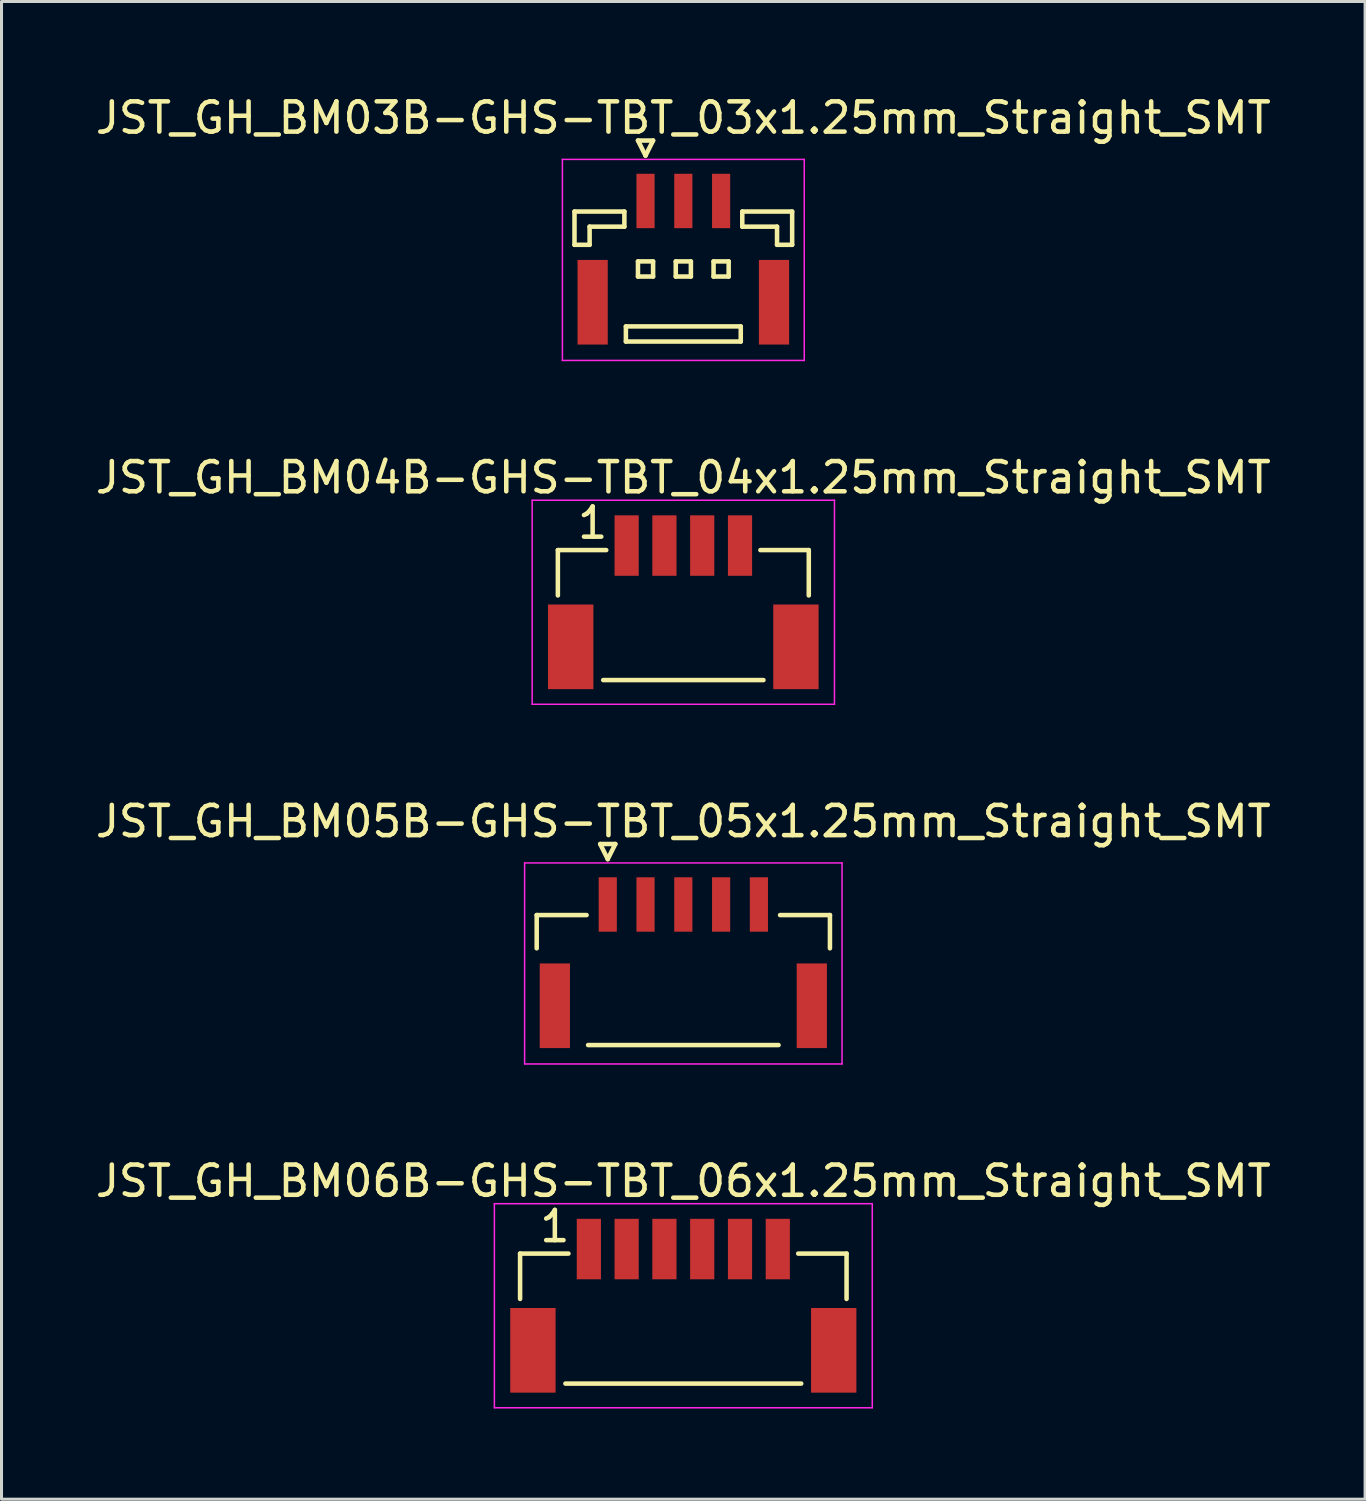
<source format=kicad_pcb>
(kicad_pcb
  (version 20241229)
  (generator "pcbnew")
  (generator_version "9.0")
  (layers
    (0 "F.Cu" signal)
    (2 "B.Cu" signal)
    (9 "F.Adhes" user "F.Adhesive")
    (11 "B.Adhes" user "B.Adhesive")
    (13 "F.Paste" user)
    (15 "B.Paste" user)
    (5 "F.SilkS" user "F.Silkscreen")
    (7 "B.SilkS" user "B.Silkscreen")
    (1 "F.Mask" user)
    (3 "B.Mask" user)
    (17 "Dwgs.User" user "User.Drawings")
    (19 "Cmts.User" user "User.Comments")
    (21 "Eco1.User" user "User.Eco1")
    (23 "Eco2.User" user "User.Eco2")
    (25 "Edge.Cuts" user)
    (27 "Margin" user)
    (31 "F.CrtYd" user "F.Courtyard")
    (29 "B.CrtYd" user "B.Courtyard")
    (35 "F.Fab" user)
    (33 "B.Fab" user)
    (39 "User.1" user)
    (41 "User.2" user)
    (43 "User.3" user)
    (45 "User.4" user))
  (footprint "JST_GH_BM05B-GHS-TBT_05x1.25mm_Straight_SMT"
    (layer "F.Cu")
    (at 19.554 28.545)
    (property "Reference" "JST_GH_BM05B-GHS-TBT_05x1.25mm_Straight_SMT" (at 0 -4.425 0) (layer "F.SilkS") (effects (font (size 1 1) (thickness 0.15))))
    (attr smd)
    (fp_line (start -4.85 -1.325) (end -3.2 -1.325) (stroke (width 0.15) (type solid)) (layer "F.SilkS"))
    (fp_line (start -4.85 -0.225) (end -4.85 -1.325) (stroke (width 0.15) (type solid)) (layer "F.SilkS"))
    (fp_line (start -3.15 2.975) (end 3.15 2.975) (stroke (width 0.15) (type solid)) (layer "F.SilkS"))
    (fp_line (start -2.75 -3.675) (end -2.25 -3.675) (stroke (width 0.15) (type solid)) (layer "F.SilkS"))
    (fp_line (start -2.5 -3.175) (end -2.75 -3.675) (stroke (width 0.15) (type solid)) (layer "F.SilkS"))
    (fp_line (start -2.25 -3.675) (end -2.5 -3.175) (stroke (width 0.15) (type solid)) (layer "F.SilkS"))
    (fp_line (start 4.85 -1.325) (end 3.2 -1.325) (stroke (width 0.15) (type solid)) (layer "F.SilkS"))
    (fp_line (start 4.85 -0.225) (end 4.85 -1.325) (stroke (width 0.15) (type solid)) (layer "F.SilkS"))
    (fp_line (start -5.25 -3.05) (end -5.25 3.6) (stroke (width 0.05) (type solid)) (layer "F.CrtYd"))
    (fp_line (start -5.25 3.6) (end 5.25 3.6) (stroke (width 0.05) (type solid)) (layer "F.CrtYd"))
    (fp_line (start 5.25 -3.05) (end -5.25 -3.05) (stroke (width 0.05) (type solid)) (layer "F.CrtYd"))
    (fp_line (start 5.25 3.6) (end 5.25 -3.05) (stroke (width 0.05) (type solid)) (layer "F.CrtYd"))
    (pad "" smd rect (at -4.25 1.675) (size 1 2.8) (layers "F.Cu" "F.Mask" "F.Paste"))
    (pad "" smd rect (at 4.25 1.675) (size 1 2.8) (layers "F.Cu" "F.Mask" "F.Paste"))
    (pad "1" smd rect (at -2.5 -1.675) (size 0.6 1.8) (layers "F.Cu" "F.Mask" "F.Paste"))
    (pad "2" smd rect (at -1.25 -1.675) (size 0.6 1.8) (layers "F.Cu" "F.Mask" "F.Paste"))
    (pad "3" smd rect (at 0 -1.675) (size 0.6 1.8) (layers "F.Cu" "F.Mask" "F.Paste"))
    (pad "4" smd rect (at 1.25 -1.675) (size 0.6 1.8) (layers "F.Cu" "F.Mask" "F.Paste"))
    (pad "5" smd rect (at 2.5 -1.675) (size 0.6 1.8) (layers "F.Cu" "F.Mask" "F.Paste")))
  (footprint "JST_GH_BM06B-GHS-TBT_06x1.25mm_Straight_SMT"
    (layer "F.Cu")
    (at 19.554 43.018)
    (property "Reference" "JST_GH_BM06B-GHS-TBT_06x1.25mm_Straight_SMT" (at 0 -7 0) (layer "F.SilkS") (effects (font (size 1 1) (thickness 0.15))))
    (attr smd)
    (fp_line (start -5.4 -4.6) (end -5.4 -3.1) (stroke (width 0.15) (type solid)) (layer "F.SilkS"))
    (fp_line (start -3.8 -4.6) (end -5.4 -4.6) (stroke (width 0.15) (type solid)) (layer "F.SilkS"))
    (fp_line (start 3.9 -0.3) (end -3.9 -0.3) (stroke (width 0.15) (type solid)) (layer "F.SilkS"))
    (fp_line (start 5.4 -4.6) (end 3.8 -4.6) (stroke (width 0.15) (type solid)) (layer "F.SilkS"))
    (fp_line (start 5.4 -3.1) (end 5.4 -4.6) (stroke (width 0.15) (type solid)) (layer "F.SilkS"))
    (fp_line (start -6.25 -6.25) (end 6.25 -6.25) (stroke (width 0.05) (type solid)) (layer "F.CrtYd"))
    (fp_line (start -6.25 0.5) (end -6.25 -6.25) (stroke (width 0.05) (type solid)) (layer "F.CrtYd"))
    (fp_line (start 6.25 -6.25) (end 6.25 0.5) (stroke (width 0.05) (type solid)) (layer "F.CrtYd"))
    (fp_line (start 6.25 0.5) (end -6.25 0.5) (stroke (width 0.05) (type solid)) (layer "F.CrtYd"))
    (fp_text user "1" (at -4.25 -5.5 0) (layer "F.SilkS") (effects (font (size 1 1) (thickness 0.15))))
    (pad "" smd rect (at -4.975 -1.4) (size 1.5 2.8) (layers "F.Cu" "F.Mask" "F.Paste"))
    (pad "" smd rect (at 4.975 -1.4) (size 1.5 2.8) (layers "F.Cu" "F.Mask" "F.Paste"))
    (pad "1" smd rect (at -3.125 -4.75 180) (size 0.8 2) (layers "F.Cu" "F.Mask" "F.Paste"))
    (pad "2" smd rect (at -1.875 -4.75 180) (size 0.8 2) (layers "F.Cu" "F.Mask" "F.Paste"))
    (pad "3" smd rect (at -0.625 -4.75 180) (size 0.8 2) (layers "F.Cu" "F.Mask" "F.Paste"))
    (pad "4" smd rect (at 0.625 -4.75 180) (size 0.8 2) (layers "F.Cu" "F.Mask" "F.Paste"))
    (pad "5" smd rect (at 1.875 -4.75 180) (size 0.8 2) (layers "F.Cu" "F.Mask" "F.Paste"))
    (pad "6" smd rect (at 3.125 -4.75 180) (size 0.8 2) (layers "F.Cu" "F.Mask" "F.Paste")))
  (footprint "JST_GH_BM04B-GHS-TBT_04x1.25mm_Straight_SMT"
    (layer "F.Cu")
    (at 19.554 19.747)
    (property "Reference" "JST_GH_BM04B-GHS-TBT_04x1.25mm_Straight_SMT" (at 0 -7 0) (layer "F.SilkS") (effects (font (size 1 1) (thickness 0.15))))
    (attr smd)
    (fp_line (start -4.15 -4.6) (end -4.15 -3.1) (stroke (width 0.15) (type solid)) (layer "F.SilkS"))
    (fp_line (start -2.55 -4.6) (end -4.15 -4.6) (stroke (width 0.15) (type solid)) (layer "F.SilkS"))
    (fp_line (start 2.65 -0.3) (end -2.65 -0.3) (stroke (width 0.15) (type solid)) (layer "F.SilkS"))
    (fp_line (start 4.15 -4.6) (end 2.55 -4.6) (stroke (width 0.15) (type solid)) (layer "F.SilkS"))
    (fp_line (start 4.15 -3.1) (end 4.15 -4.6) (stroke (width 0.15) (type solid)) (layer "F.SilkS"))
    (fp_line (start -5 -6.25) (end 5 -6.25) (stroke (width 0.05) (type solid)) (layer "F.CrtYd"))
    (fp_line (start -5 0.5) (end -5 -6.25) (stroke (width 0.05) (type solid)) (layer "F.CrtYd"))
    (fp_line (start 5 -6.25) (end 5 0.5) (stroke (width 0.05) (type solid)) (layer "F.CrtYd"))
    (fp_line (start 5 0.5) (end -5 0.5) (stroke (width 0.05) (type solid)) (layer "F.CrtYd"))
    (fp_text user "1" (at -3 -5.5 0) (layer "F.SilkS") (effects (font (size 1 1) (thickness 0.15))))
    (pad "" smd rect (at -3.725 -1.4) (size 1.5 2.8) (layers "F.Cu" "F.Mask" "F.Paste"))
    (pad "" smd rect (at 3.725 -1.4) (size 1.5 2.8) (layers "F.Cu" "F.Mask" "F.Paste"))
    (pad "1" smd rect (at -1.875 -4.75 180) (size 0.8 2) (layers "F.Cu" "F.Mask" "F.Paste"))
    (pad "2" smd rect (at -0.625 -4.75 180) (size 0.8 2) (layers "F.Cu" "F.Mask" "F.Paste"))
    (pad "3" smd rect (at 0.625 -4.75 180) (size 0.8 2) (layers "F.Cu" "F.Mask" "F.Paste"))
    (pad "4" smd rect (at 1.875 -4.75 180) (size 0.8 2) (layers "F.Cu" "F.Mask" "F.Paste")))
  (footprint "JST_GH_BM03B-GHS-TBT_03x1.25mm_Straight_SMT"
    (layer "F.Cu")
    (at 19.554 5.273)
    (property "Reference" "JST_GH_BM03B-GHS-TBT_03x1.25mm_Straight_SMT" (at 0 -4.425 0) (layer "F.SilkS") (effects (font (size 1 1) (thickness 0.15))))
    (attr smd)
    (fp_line (start -3.6 -1.325) (end -1.95 -1.325) (stroke (width 0.15) (type solid)) (layer "F.SilkS"))
    (fp_line (start -3.6 -0.225) (end -3.6 -1.325) (stroke (width 0.15) (type solid)) (layer "F.SilkS"))
    (fp_line (start -3.1 -0.825) (end -3.1 -0.225) (stroke (width 0.15) (type solid)) (layer "F.SilkS"))
    (fp_line (start -3.1 -0.225) (end -3.6 -0.225) (stroke (width 0.15) (type solid)) (layer "F.SilkS"))
    (fp_line (start -1.95 -1.325) (end -1.95 -0.825) (stroke (width 0.15) (type solid)) (layer "F.SilkS"))
    (fp_line (start -1.95 -0.825) (end -3.1 -0.825) (stroke (width 0.15) (type solid)) (layer "F.SilkS"))
    (fp_line (start -1.9 2.475) (end -1.9 2.975) (stroke (width 0.15) (type solid)) (layer "F.SilkS"))
    (fp_line (start -1.9 2.975) (end 1.9 2.975) (stroke (width 0.15) (type solid)) (layer "F.SilkS"))
    (fp_line (start -1.5 -3.675) (end -1 -3.675) (stroke (width 0.15) (type solid)) (layer "F.SilkS"))
    (fp_line (start -1.5 0.325) (end -1.5 0.825) (stroke (width 0.15) (type solid)) (layer "F.SilkS"))
    (fp_line (start -1.5 0.825) (end -1 0.825) (stroke (width 0.15) (type solid)) (layer "F.SilkS"))
    (fp_line (start -1.25 -3.175) (end -1.5 -3.675) (stroke (width 0.15) (type solid)) (layer "F.SilkS"))
    (fp_line (start -1 -3.675) (end -1.25 -3.175) (stroke (width 0.15) (type solid)) (layer "F.SilkS"))
    (fp_line (start -1 0.325) (end -1.5 0.325) (stroke (width 0.15) (type solid)) (layer "F.SilkS"))
    (fp_line (start -1 0.825) (end -1 0.325) (stroke (width 0.15) (type solid)) (layer "F.SilkS"))
    (fp_line (start -0.25 0.325) (end -0.25 0.825) (stroke (width 0.15) (type solid)) (layer "F.SilkS"))
    (fp_line (start -0.25 0.825) (end 0.25 0.825) (stroke (width 0.15) (type solid)) (layer "F.SilkS"))
    (fp_line (start 0.25 0.325) (end -0.25 0.325) (stroke (width 0.15) (type solid)) (layer "F.SilkS"))
    (fp_line (start 0.25 0.825) (end 0.25 0.325) (stroke (width 0.15) (type solid)) (layer "F.SilkS"))
    (fp_line (start 1 0.325) (end 1 0.825) (stroke (width 0.15) (type solid)) (layer "F.SilkS"))
    (fp_line (start 1 0.825) (end 1.5 0.825) (stroke (width 0.15) (type solid)) (layer "F.SilkS"))
    (fp_line (start 1.5 0.325) (end 1 0.325) (stroke (width 0.15) (type solid)) (layer "F.SilkS"))
    (fp_line (start 1.5 0.825) (end 1.5 0.325) (stroke (width 0.15) (type solid)) (layer "F.SilkS"))
    (fp_line (start 1.9 2.475) (end -1.9 2.475) (stroke (width 0.15) (type solid)) (layer "F.SilkS"))
    (fp_line (start 1.9 2.975) (end 1.9 2.475) (stroke (width 0.15) (type solid)) (layer "F.SilkS"))
    (fp_line (start 1.95 -1.325) (end 1.95 -0.825) (stroke (width 0.15) (type solid)) (layer "F.SilkS"))
    (fp_line (start 1.95 -0.825) (end 3.1 -0.825) (stroke (width 0.15) (type solid)) (layer "F.SilkS"))
    (fp_line (start 3.1 -0.825) (end 3.1 -0.225) (stroke (width 0.15) (type solid)) (layer "F.SilkS"))
    (fp_line (start 3.1 -0.225) (end 3.6 -0.225) (stroke (width 0.15) (type solid)) (layer "F.SilkS"))
    (fp_line (start 3.6 -1.325) (end 1.95 -1.325) (stroke (width 0.15) (type solid)) (layer "F.SilkS"))
    (fp_line (start 3.6 -0.225) (end 3.6 -1.325) (stroke (width 0.15) (type solid)) (layer "F.SilkS"))
    (fp_line (start -4 -3.05) (end -4 3.6) (stroke (width 0.05) (type solid)) (layer "F.CrtYd"))
    (fp_line (start -4 3.6) (end 4 3.6) (stroke (width 0.05) (type solid)) (layer "F.CrtYd"))
    (fp_line (start 4 -3.05) (end -4 -3.05) (stroke (width 0.05) (type solid)) (layer "F.CrtYd"))
    (fp_line (start 4 3.6) (end 4 -3.05) (stroke (width 0.05) (type solid)) (layer "F.CrtYd"))
    (pad "" smd rect (at -3 1.675) (size 1 2.8) (layers "F.Cu" "F.Mask" "F.Paste"))
    (pad "" smd rect (at 3 1.675) (size 1 2.8) (layers "F.Cu" "F.Mask" "F.Paste"))
    (pad "1" smd rect (at -1.25 -1.675) (size 0.6 1.8) (layers "F.Cu" "F.Mask" "F.Paste"))
    (pad "2" smd rect (at 0 -1.675) (size 0.6 1.8) (layers "F.Cu" "F.Mask" "F.Paste"))
    (pad "3" smd rect (at 1.25 -1.675) (size 0.6 1.8) (layers "F.Cu" "F.Mask" "F.Paste")))
  (gr_rect
    (start -3 -3)
    (end 42.107 46.543)
    (stroke (width 0.1) (type default))
    (fill no)
    (layer "Edge.Cuts")))
</source>
